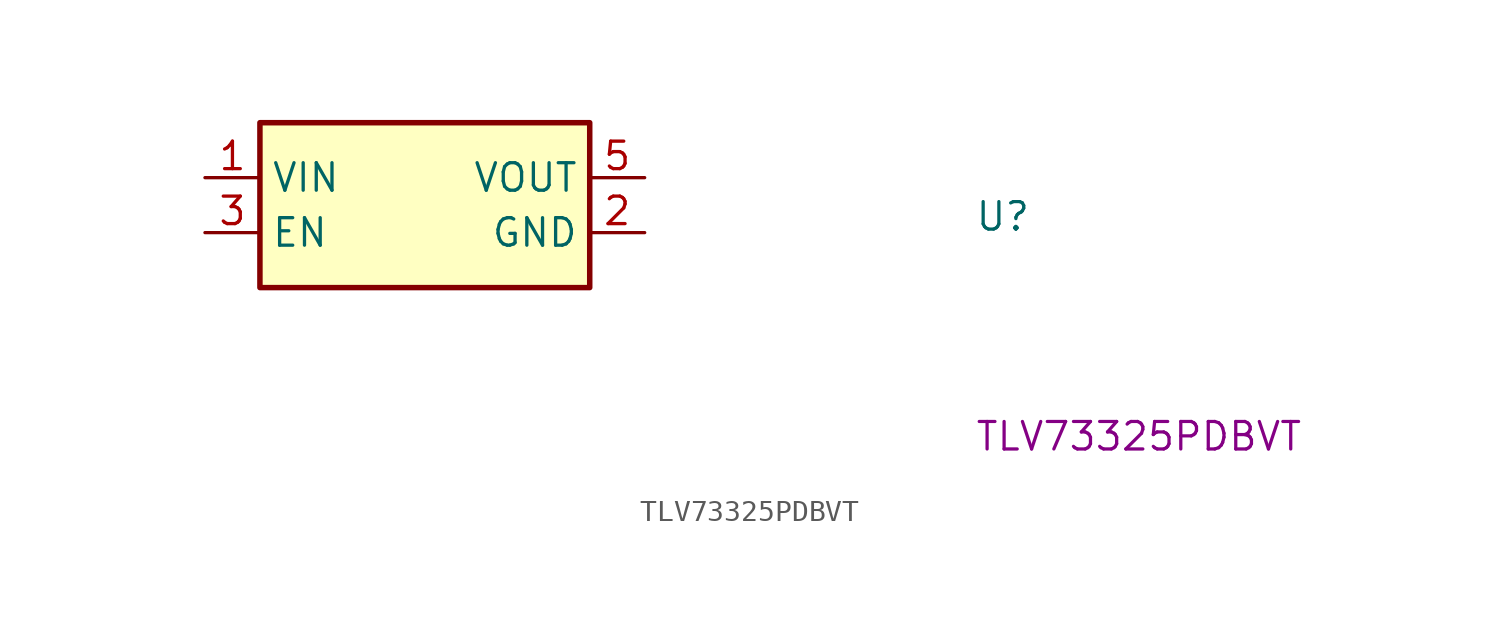
<source format=kicad_sym>
(kicad_symbol_lib
  (version 20220914)
  (generator kicad_symbol_editor)
  (symbol "TLV73325PDBVT"
    (property "Reference" "U"
      (at 35.56 -2.54 0)
      (effects (font (size 1.27 1.27) (thickness 0.15)) (justify left bottom)))
    (property "MPN" "TLV73325PDBVT"
      (at 35.56 -12.7 0)
      (effects (font (size 1.27 1.27) (thickness 0.15)) (justify left bottom)))
    (symbol "TLV73325PDBVT_1_1"
      (rectangle (start 2.54 2.54) (end 17.78 -5.08) (stroke (width 0.254) (type default)) (fill (type background)))
      (pin power_in line (at 0 0 0) (length 2.54) (name "VIN" (effects (font (size 1.27 1.27)))) (number "1" (effects (font (size 1.27 1.27)))))
      (pin power_in line (at 20.32 -2.54 180) (length 2.54) (name "GND" (effects (font (size 1.27 1.27)))) (number "2" (effects (font (size 1.27 1.27)))))
      (pin input line (at 0 -2.54 0) (length 2.54) (name "EN" (effects (font (size 1.27 1.27)))) (number "3" (effects (font (size 1.27 1.27)))))
      (pin no_connect line (at 17.78 -3.81 0) (length 2.54) hide (name "NC" (effects (font (size 1.27 1.27)))) (number "4" (effects (font (size 1.27 1.27)))))
      (pin power_out line (at 20.32 0 180) (length 2.54) (name "VOUT" (effects (font (size 1.27 1.27)))) (number "5" (effects (font (size 1.27 1.27))))))))
</source>
